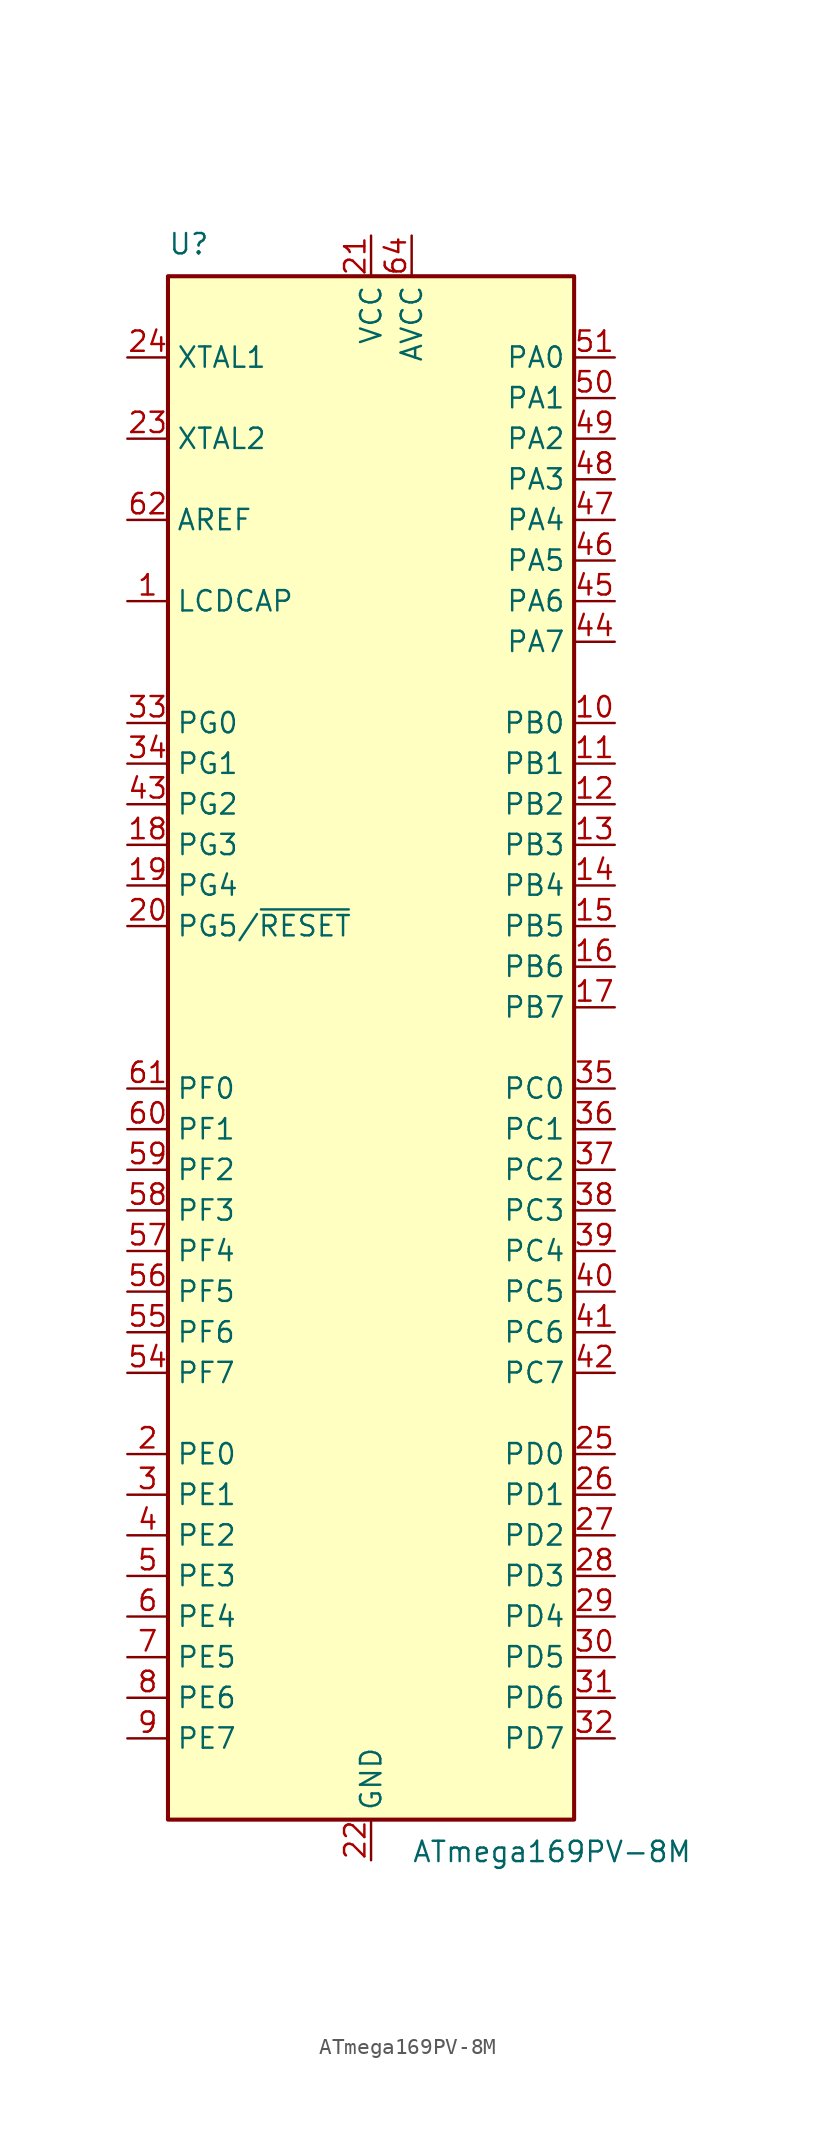
<source format=kicad_sym>
(kicad_symbol_lib
  (version 20220914)
  (generator kicad_symbol_editor)
  (symbol "ATmega169PV-8M"
    (property "Reference" "U"
      (at -12.7 49.53 0)
      (effects (font (size 1.27 1.27)) (justify left bottom)))
    (property "Value" "ATmega169PV-8M"
      (at 2.54 -49.53 0)
      (effects (font (size 1.27 1.27)) (justify left top)))
    (symbol "ATmega169PV-8M_0_1"
      (rectangle (start -12.7 -48.26) (end 12.7 48.26) (stroke (width 0.254) (type default)) (fill (type background))))
    (symbol "ATmega169PV-8M_1_1"
      (pin passive line (at -15.24 27.94 0) (length 2.54) (name "LCDCAP" (effects (font (size 1.27 1.27)))) (number "1" (effects (font (size 1.27 1.27)))))
      (pin bidirectional line (at 15.24 20.32 180) (length 2.54) (name "PB0" (effects (font (size 1.27 1.27)))) (number "10" (effects (font (size 1.27 1.27)))))
      (pin bidirectional line (at 15.24 17.78 180) (length 2.54) (name "PB1" (effects (font (size 1.27 1.27)))) (number "11" (effects (font (size 1.27 1.27)))))
      (pin bidirectional line (at 15.24 15.24 180) (length 2.54) (name "PB2" (effects (font (size 1.27 1.27)))) (number "12" (effects (font (size 1.27 1.27)))))
      (pin bidirectional line (at 15.24 12.7 180) (length 2.54) (name "PB3" (effects (font (size 1.27 1.27)))) (number "13" (effects (font (size 1.27 1.27)))))
      (pin bidirectional line (at 15.24 10.16 180) (length 2.54) (name "PB4" (effects (font (size 1.27 1.27)))) (number "14" (effects (font (size 1.27 1.27)))))
      (pin bidirectional line (at 15.24 7.62 180) (length 2.54) (name "PB5" (effects (font (size 1.27 1.27)))) (number "15" (effects (font (size 1.27 1.27)))))
      (pin bidirectional line (at 15.24 5.08 180) (length 2.54) (name "PB6" (effects (font (size 1.27 1.27)))) (number "16" (effects (font (size 1.27 1.27)))))
      (pin bidirectional line (at 15.24 2.54 180) (length 2.54) (name "PB7" (effects (font (size 1.27 1.27)))) (number "17" (effects (font (size 1.27 1.27)))))
      (pin bidirectional line (at -15.24 12.7 0) (length 2.54) (name "PG3" (effects (font (size 1.27 1.27)))) (number "18" (effects (font (size 1.27 1.27)))))
      (pin bidirectional line (at -15.24 10.16 0) (length 2.54) (name "PG4" (effects (font (size 1.27 1.27)))) (number "19" (effects (font (size 1.27 1.27)))))
      (pin bidirectional line (at -15.24 -25.4 0) (length 2.54) (name "PE0" (effects (font (size 1.27 1.27)))) (number "2" (effects (font (size 1.27 1.27)))))
      (pin bidirectional line (at -15.24 7.62 0) (length 2.54) (name "PG5/~{RESET}" (effects (font (size 1.27 1.27)))) (number "20" (effects (font (size 1.27 1.27)))))
      (pin power_in line (at 0 50.8 270) (length 2.54) (name "VCC" (effects (font (size 1.27 1.27)))) (number "21" (effects (font (size 1.27 1.27)))))
      (pin power_in line (at 0 -50.8 90) (length 2.54) (name "GND" (effects (font (size 1.27 1.27)))) (number "22" (effects (font (size 1.27 1.27)))))
      (pin output line (at -15.24 38.1 0) (length 2.54) (name "XTAL2" (effects (font (size 1.27 1.27)))) (number "23" (effects (font (size 1.27 1.27)))))
      (pin input line (at -15.24 43.18 0) (length 2.54) (name "XTAL1" (effects (font (size 1.27 1.27)))) (number "24" (effects (font (size 1.27 1.27)))))
      (pin bidirectional line (at 15.24 -25.4 180) (length 2.54) (name "PD0" (effects (font (size 1.27 1.27)))) (number "25" (effects (font (size 1.27 1.27)))))
      (pin bidirectional line (at 15.24 -27.94 180) (length 2.54) (name "PD1" (effects (font (size 1.27 1.27)))) (number "26" (effects (font (size 1.27 1.27)))))
      (pin bidirectional line (at 15.24 -30.48 180) (length 2.54) (name "PD2" (effects (font (size 1.27 1.27)))) (number "27" (effects (font (size 1.27 1.27)))))
      (pin bidirectional line (at 15.24 -33.02 180) (length 2.54) (name "PD3" (effects (font (size 1.27 1.27)))) (number "28" (effects (font (size 1.27 1.27)))))
      (pin bidirectional line (at 15.24 -35.56 180) (length 2.54) (name "PD4" (effects (font (size 1.27 1.27)))) (number "29" (effects (font (size 1.27 1.27)))))
      (pin bidirectional line (at -15.24 -27.94 0) (length 2.54) (name "PE1" (effects (font (size 1.27 1.27)))) (number "3" (effects (font (size 1.27 1.27)))))
      (pin bidirectional line (at 15.24 -38.1 180) (length 2.54) (name "PD5" (effects (font (size 1.27 1.27)))) (number "30" (effects (font (size 1.27 1.27)))))
      (pin bidirectional line (at 15.24 -40.64 180) (length 2.54) (name "PD6" (effects (font (size 1.27 1.27)))) (number "31" (effects (font (size 1.27 1.27)))))
      (pin bidirectional line (at 15.24 -43.18 180) (length 2.54) (name "PD7" (effects (font (size 1.27 1.27)))) (number "32" (effects (font (size 1.27 1.27)))))
      (pin bidirectional line (at -15.24 20.32 0) (length 2.54) (name "PG0" (effects (font (size 1.27 1.27)))) (number "33" (effects (font (size 1.27 1.27)))))
      (pin bidirectional line (at -15.24 17.78 0) (length 2.54) (name "PG1" (effects (font (size 1.27 1.27)))) (number "34" (effects (font (size 1.27 1.27)))))
      (pin bidirectional line (at 15.24 -2.54 180) (length 2.54) (name "PC0" (effects (font (size 1.27 1.27)))) (number "35" (effects (font (size 1.27 1.27)))))
      (pin bidirectional line (at 15.24 -5.08 180) (length 2.54) (name "PC1" (effects (font (size 1.27 1.27)))) (number "36" (effects (font (size 1.27 1.27)))))
      (pin bidirectional line (at 15.24 -7.62 180) (length 2.54) (name "PC2" (effects (font (size 1.27 1.27)))) (number "37" (effects (font (size 1.27 1.27)))))
      (pin bidirectional line (at 15.24 -10.16 180) (length 2.54) (name "PC3" (effects (font (size 1.27 1.27)))) (number "38" (effects (font (size 1.27 1.27)))))
      (pin bidirectional line (at 15.24 -12.7 180) (length 2.54) (name "PC4" (effects (font (size 1.27 1.27)))) (number "39" (effects (font (size 1.27 1.27)))))
      (pin bidirectional line (at -15.24 -30.48 0) (length 2.54) (name "PE2" (effects (font (size 1.27 1.27)))) (number "4" (effects (font (size 1.27 1.27)))))
      (pin bidirectional line (at 15.24 -15.24 180) (length 2.54) (name "PC5" (effects (font (size 1.27 1.27)))) (number "40" (effects (font (size 1.27 1.27)))))
      (pin bidirectional line (at 15.24 -17.78 180) (length 2.54) (name "PC6" (effects (font (size 1.27 1.27)))) (number "41" (effects (font (size 1.27 1.27)))))
      (pin bidirectional line (at 15.24 -20.32 180) (length 2.54) (name "PC7" (effects (font (size 1.27 1.27)))) (number "42" (effects (font (size 1.27 1.27)))))
      (pin bidirectional line (at -15.24 15.24 0) (length 2.54) (name "PG2" (effects (font (size 1.27 1.27)))) (number "43" (effects (font (size 1.27 1.27)))))
      (pin bidirectional line (at 15.24 25.4 180) (length 2.54) (name "PA7" (effects (font (size 1.27 1.27)))) (number "44" (effects (font (size 1.27 1.27)))))
      (pin bidirectional line (at 15.24 27.94 180) (length 2.54) (name "PA6" (effects (font (size 1.27 1.27)))) (number "45" (effects (font (size 1.27 1.27)))))
      (pin bidirectional line (at 15.24 30.48 180) (length 2.54) (name "PA5" (effects (font (size 1.27 1.27)))) (number "46" (effects (font (size 1.27 1.27)))))
      (pin bidirectional line (at 15.24 33.02 180) (length 2.54) (name "PA4" (effects (font (size 1.27 1.27)))) (number "47" (effects (font (size 1.27 1.27)))))
      (pin bidirectional line (at 15.24 35.56 180) (length 2.54) (name "PA3" (effects (font (size 1.27 1.27)))) (number "48" (effects (font (size 1.27 1.27)))))
      (pin bidirectional line (at 15.24 38.1 180) (length 2.54) (name "PA2" (effects (font (size 1.27 1.27)))) (number "49" (effects (font (size 1.27 1.27)))))
      (pin bidirectional line (at -15.24 -33.02 0) (length 2.54) (name "PE3" (effects (font (size 1.27 1.27)))) (number "5" (effects (font (size 1.27 1.27)))))
      (pin bidirectional line (at 15.24 40.64 180) (length 2.54) (name "PA1" (effects (font (size 1.27 1.27)))) (number "50" (effects (font (size 1.27 1.27)))))
      (pin bidirectional line (at 15.24 43.18 180) (length 2.54) (name "PA0" (effects (font (size 1.27 1.27)))) (number "51" (effects (font (size 1.27 1.27)))))
      (pin passive line (at 0 50.8 270) (length 2.54) hide (name "VCC" (effects (font (size 1.27 1.27)))) (number "52" (effects (font (size 1.27 1.27)))))
      (pin passive line (at 0 -50.8 90) (length 2.54) hide (name "GND" (effects (font (size 1.27 1.27)))) (number "53" (effects (font (size 1.27 1.27)))))
      (pin bidirectional line (at -15.24 -20.32 0) (length 2.54) (name "PF7" (effects (font (size 1.27 1.27)))) (number "54" (effects (font (size 1.27 1.27)))))
      (pin bidirectional line (at -15.24 -17.78 0) (length 2.54) (name "PF6" (effects (font (size 1.27 1.27)))) (number "55" (effects (font (size 1.27 1.27)))))
      (pin bidirectional line (at -15.24 -15.24 0) (length 2.54) (name "PF5" (effects (font (size 1.27 1.27)))) (number "56" (effects (font (size 1.27 1.27)))))
      (pin bidirectional line (at -15.24 -12.7 0) (length 2.54) (name "PF4" (effects (font (size 1.27 1.27)))) (number "57" (effects (font (size 1.27 1.27)))))
      (pin bidirectional line (at -15.24 -10.16 0) (length 2.54) (name "PF3" (effects (font (size 1.27 1.27)))) (number "58" (effects (font (size 1.27 1.27)))))
      (pin bidirectional line (at -15.24 -7.62 0) (length 2.54) (name "PF2" (effects (font (size 1.27 1.27)))) (number "59" (effects (font (size 1.27 1.27)))))
      (pin bidirectional line (at -15.24 -35.56 0) (length 2.54) (name "PE4" (effects (font (size 1.27 1.27)))) (number "6" (effects (font (size 1.27 1.27)))))
      (pin bidirectional line (at -15.24 -5.08 0) (length 2.54) (name "PF1" (effects (font (size 1.27 1.27)))) (number "60" (effects (font (size 1.27 1.27)))))
      (pin bidirectional line (at -15.24 -2.54 0) (length 2.54) (name "PF0" (effects (font (size 1.27 1.27)))) (number "61" (effects (font (size 1.27 1.27)))))
      (pin passive line (at -15.24 33.02 0) (length 2.54) (name "AREF" (effects (font (size 1.27 1.27)))) (number "62" (effects (font (size 1.27 1.27)))))
      (pin passive line (at 0 -50.8 90) (length 2.54) hide (name "GND" (effects (font (size 1.27 1.27)))) (number "63" (effects (font (size 1.27 1.27)))))
      (pin power_in line (at 2.54 50.8 270) (length 2.54) (name "AVCC" (effects (font (size 1.27 1.27)))) (number "64" (effects (font (size 1.27 1.27)))))
      (pin passive line (at 0 -50.8 90) (length 2.54) hide (name "GND" (effects (font (size 1.27 1.27)))) (number "65" (effects (font (size 1.27 1.27)))))
      (pin bidirectional line (at -15.24 -38.1 0) (length 2.54) (name "PE5" (effects (font (size 1.27 1.27)))) (number "7" (effects (font (size 1.27 1.27)))))
      (pin bidirectional line (at -15.24 -40.64 0) (length 2.54) (name "PE6" (effects (font (size 1.27 1.27)))) (number "8" (effects (font (size 1.27 1.27)))))
      (pin bidirectional line (at -15.24 -43.18 0) (length 2.54) (name "PE7" (effects (font (size 1.27 1.27)))) (number "9" (effects (font (size 1.27 1.27))))))))
</source>
